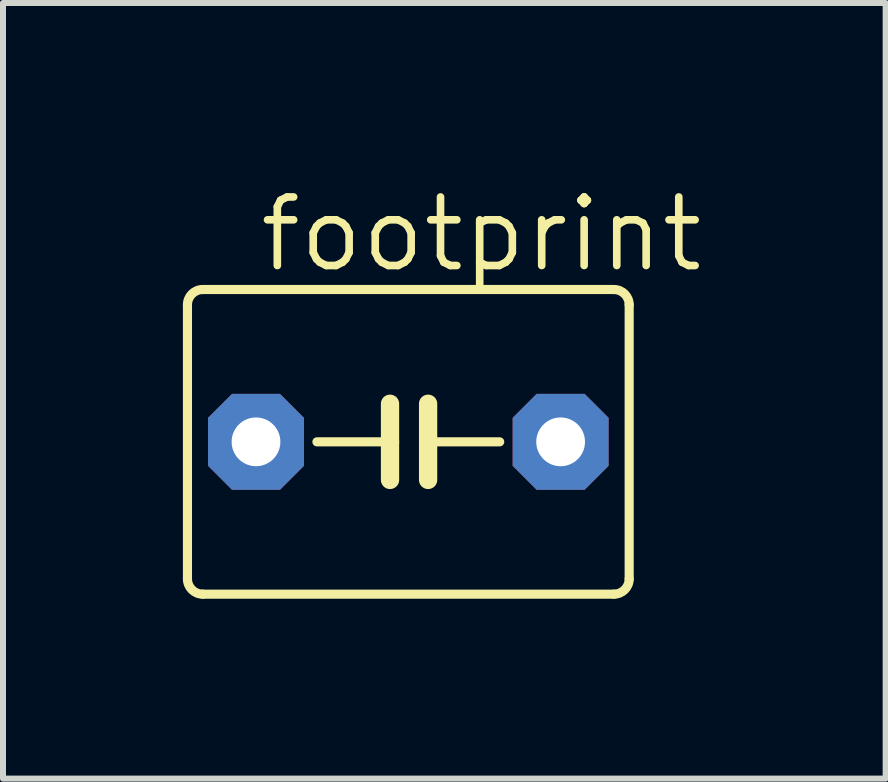
<source format=kicad_pcb>
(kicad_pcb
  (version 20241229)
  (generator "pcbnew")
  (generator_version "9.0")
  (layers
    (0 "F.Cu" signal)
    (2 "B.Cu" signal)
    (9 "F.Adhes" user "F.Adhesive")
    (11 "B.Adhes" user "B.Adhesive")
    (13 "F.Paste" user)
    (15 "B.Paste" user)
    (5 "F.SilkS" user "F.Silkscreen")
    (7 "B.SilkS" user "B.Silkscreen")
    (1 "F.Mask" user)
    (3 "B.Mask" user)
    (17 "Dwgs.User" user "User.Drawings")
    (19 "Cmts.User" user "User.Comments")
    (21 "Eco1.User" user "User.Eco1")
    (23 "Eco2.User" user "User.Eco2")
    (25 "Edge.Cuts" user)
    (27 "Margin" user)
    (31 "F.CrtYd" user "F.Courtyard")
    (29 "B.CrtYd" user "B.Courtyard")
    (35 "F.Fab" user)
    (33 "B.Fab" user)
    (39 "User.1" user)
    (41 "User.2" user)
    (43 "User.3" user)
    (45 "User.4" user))
  (footprint "footprint"
    (layer "F.Cu")
    (at 3.759 4.318)
    (property "Reference" "footprint" (at -2.54 -2.794 0) (layer "F.SilkS") (effects (font (size 1.143 1.143) (thickness 0.127)) (justify left bottom)))
    (fp_line (start -3.683 -2.286) (end -3.683 2.286) (stroke (width 0.152) (type solid)) (layer "F.SilkS"))
    (fp_line (start -3.429 2.54) (end 3.429 2.54) (stroke (width 0.152) (type solid)) (layer "F.SilkS"))
    (fp_line (start -0.305 -0.635) (end -0.305 0) (stroke (width 0.305) (type solid)) (layer "F.SilkS"))
    (fp_line (start -0.305 0) (end -1.524 0) (stroke (width 0.152) (type solid)) (layer "F.SilkS"))
    (fp_line (start -0.305 0) (end -0.305 0.635) (stroke (width 0.305) (type solid)) (layer "F.SilkS"))
    (fp_line (start 0.33 -0.635) (end 0.33 0) (stroke (width 0.305) (type solid)) (layer "F.SilkS"))
    (fp_line (start 0.33 0) (end 0.33 0.635) (stroke (width 0.305) (type solid)) (layer "F.SilkS"))
    (fp_line (start 0.33 0) (end 1.524 0) (stroke (width 0.152) (type solid)) (layer "F.SilkS"))
    (fp_line (start 3.429 -2.54) (end -3.429 -2.54) (stroke (width 0.152) (type solid)) (layer "F.SilkS"))
    (fp_line (start 3.683 2.286) (end 3.683 -2.286) (stroke (width 0.152) (type solid)) (layer "F.SilkS"))
    (fp_arc (start -3.683 -2.286) (mid -3.608605 -2.465605) (end -3.429 -2.54) (stroke (width 0.1524) (type solid)) (layer "F.SilkS"))
    (fp_arc (start -3.429 2.54) (mid -3.608605 2.465605) (end -3.683 2.286) (stroke (width 0.1524) (type solid)) (layer "F.SilkS"))
    (fp_arc (start 3.429 -2.54) (mid 3.608605 -2.465605) (end 3.683 -2.286) (stroke (width 0.1524) (type solid)) (layer "F.SilkS"))
    (fp_arc (start 3.683 2.286) (mid 3.608605 2.465605) (end 3.429 2.54) (stroke (width 0.1524) (type solid)) (layer "F.SilkS"))
    (pad "1" thru_hole roundrect (at -2.54 0) (size 1.6 1.6) (drill 0.813) (layers "*.Cu" "*.Mask") (roundrect_rratio 0.25) (chamfer_ratio 0.25) (chamfer top_left top_right bottom_left bottom_right))
    (pad "2" thru_hole roundrect (at 2.54 0) (size 1.6 1.6) (drill 0.813) (layers "*.Cu" "*.Mask") (roundrect_rratio 0.25) (chamfer_ratio 0.25) (chamfer top_left top_right bottom_left bottom_right)))
  (gr_rect
    (start -3 -3)
    (end 11.719 9.934)
    (stroke (width 0.1) (type default))
    (fill no)
    (layer "Edge.Cuts")))
</source>
